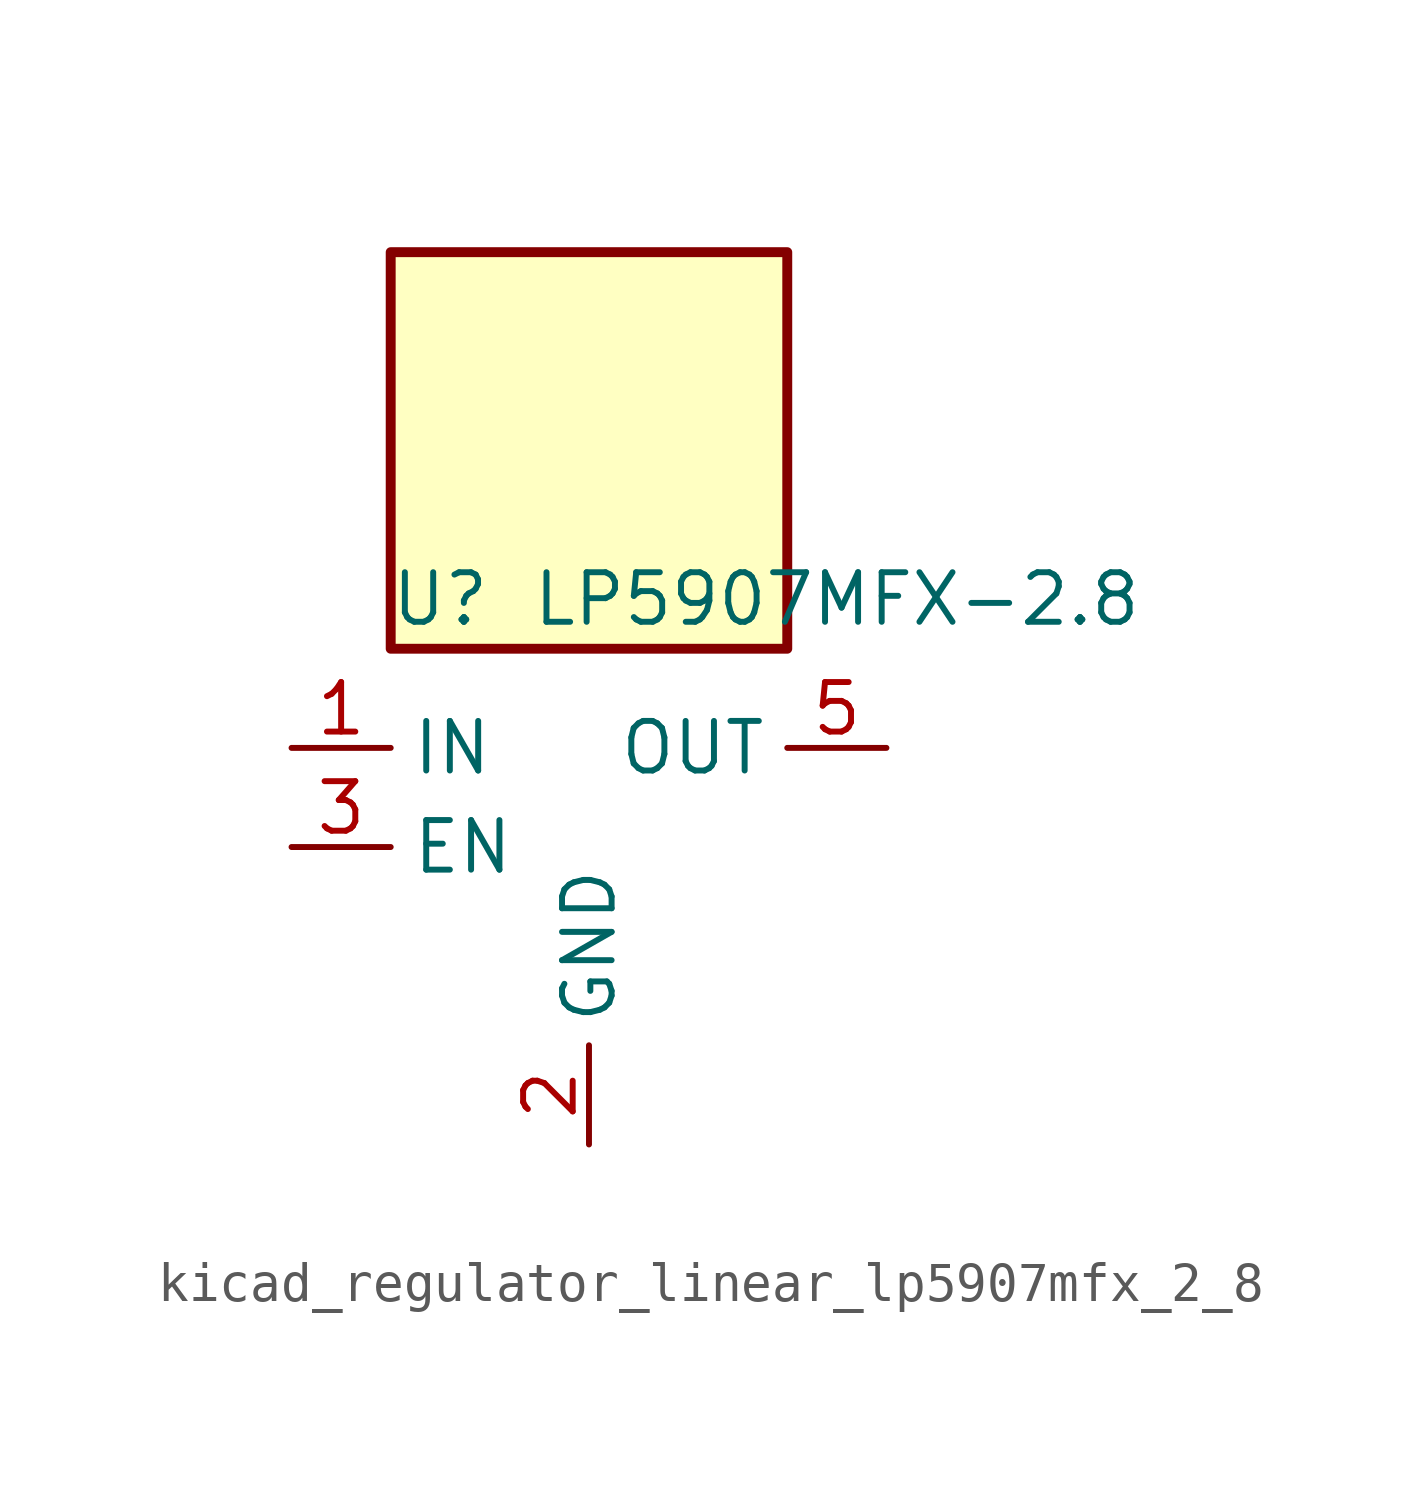
<source format=kicad_sym>
(kicad_symbol_lib
  (version 20220914)
  (generator kicad_symbol_editor)
  (symbol "kicad_regulator_linear_lp5907mfx_2_8"
    (property "Reference" "U"
      (at -3.81 6.35 0)
      (effects (font (size 1.27 1.27))))
    (property "Value" "LP5907MFX-2.8"
      (at 6.35 6.35 0)
      (effects (font (size 1.27 1.27))))
    (symbol "kicad_regulator_linear_lp5907mfx_2_8_0_1"
      (rectangle (start 5.08 15.24) (end -5.08 5.08) (stroke (width 0.254) (type default)) (fill (type background)))
      (pin power_in line (at -7.62 2.54 0) (length 2.54) (name "IN" (effects (font (size 1.27 1.27)))) (number "1" (effects (font (size 1.27 1.27)))))
      (pin power_in line (at 0 -7.62 90) (length 2.54) (name "GND" (effects (font (size 1.27 1.27)))) (number "2" (effects (font (size 1.27 1.27)))))
      (pin input line (at -7.62 0 0) (length 2.54) (name "EN" (effects (font (size 1.27 1.27)))) (number "3" (effects (font (size 1.27 1.27)))))
      (pin no_connect line (at 5.08 0 180) (length 2.54) hide (name "NC" (effects (font (size 1.27 1.27)))) (number "4" (effects (font (size 1.27 1.27)))))
      (pin power_out line (at 7.62 2.54 180) (length 2.54) (name "OUT" (effects (font (size 1.27 1.27)))) (number "5" (effects (font (size 1.27 1.27))))))))
</source>
